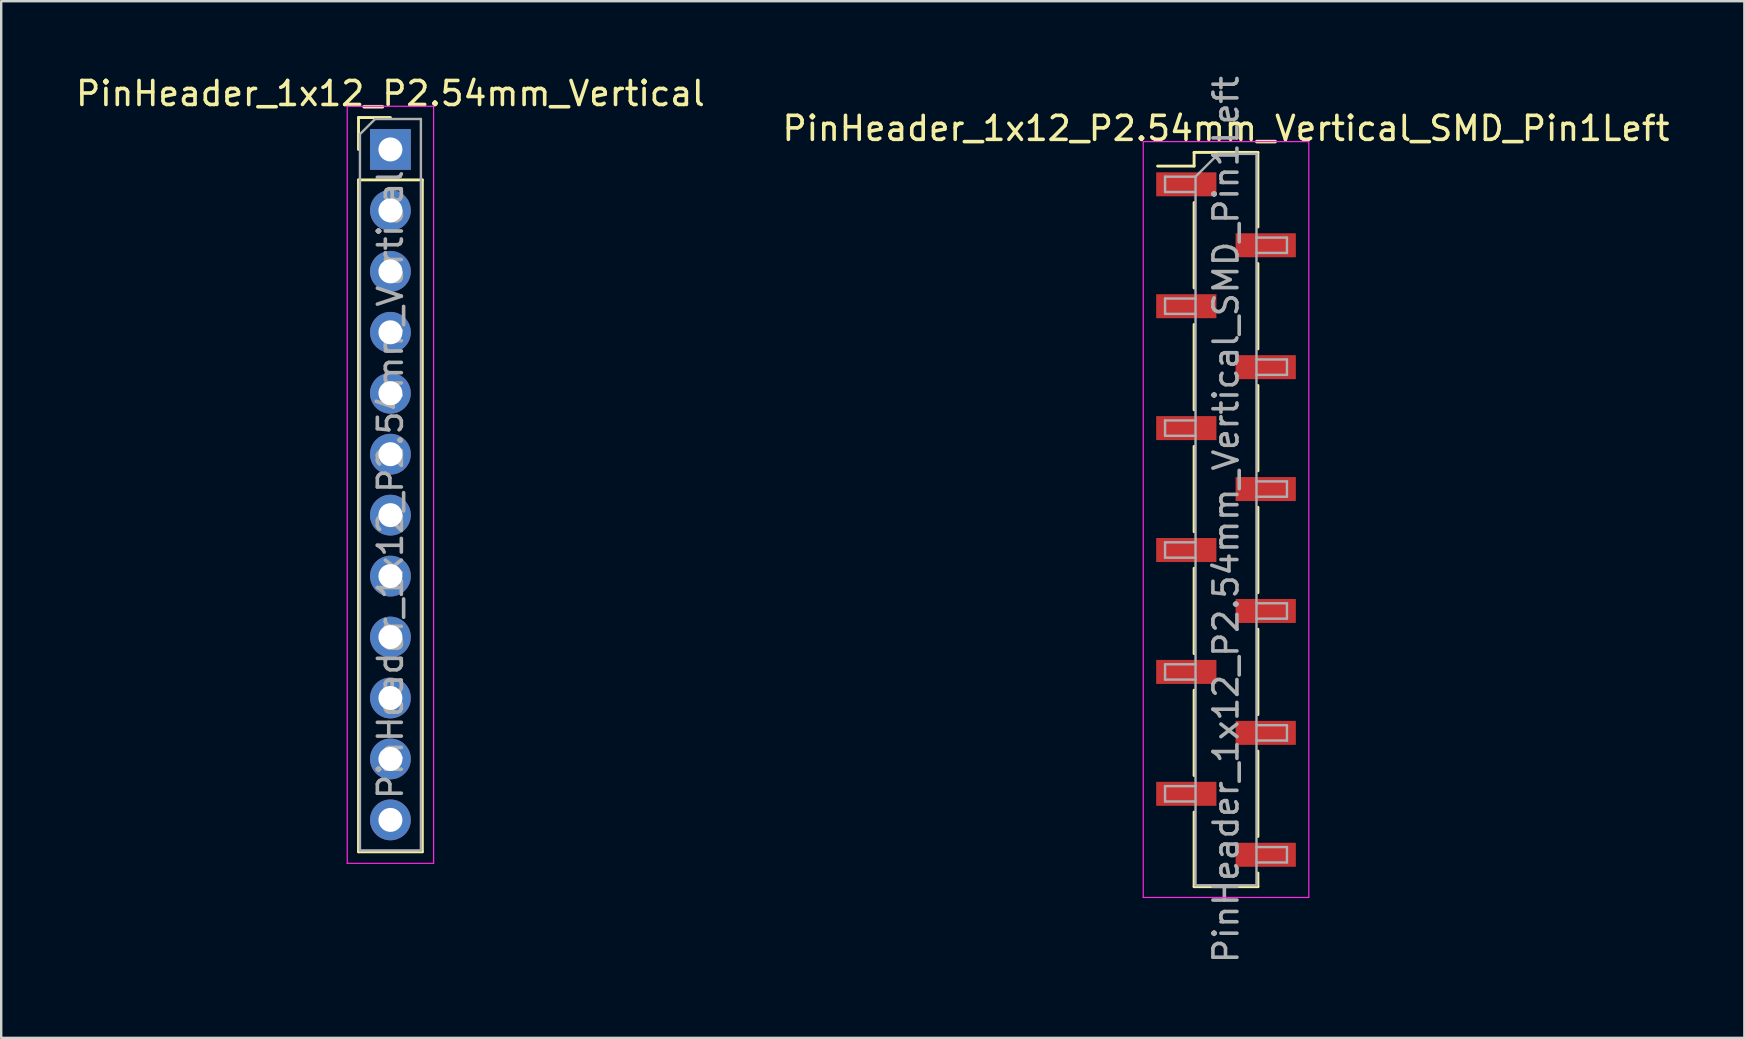
<source format=kicad_pcb>
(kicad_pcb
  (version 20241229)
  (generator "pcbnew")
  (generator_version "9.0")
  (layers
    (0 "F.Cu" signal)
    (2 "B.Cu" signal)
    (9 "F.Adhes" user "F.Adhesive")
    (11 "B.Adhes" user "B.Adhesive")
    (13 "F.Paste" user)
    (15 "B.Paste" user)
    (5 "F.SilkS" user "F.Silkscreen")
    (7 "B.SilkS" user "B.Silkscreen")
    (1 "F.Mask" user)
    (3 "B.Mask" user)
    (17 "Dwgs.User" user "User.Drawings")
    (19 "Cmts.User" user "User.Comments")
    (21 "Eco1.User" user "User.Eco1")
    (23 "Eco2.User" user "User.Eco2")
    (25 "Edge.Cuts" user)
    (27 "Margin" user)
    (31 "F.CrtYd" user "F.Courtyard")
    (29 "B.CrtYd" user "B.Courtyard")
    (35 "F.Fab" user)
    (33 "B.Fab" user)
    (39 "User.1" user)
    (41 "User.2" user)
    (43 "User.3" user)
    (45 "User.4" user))
  (footprint "PinHeader_1x12_P2.54mm_Vertical"
    (layer "F.Cu")
    (at 13.22 3.178)
    (property "Reference" "PinHeader_1x12_P2.54mm_Vertical" (at 0 -2.33 0) (layer "F.SilkS") (effects (font (size 1 1) (thickness 0.15))))
    (attr through_hole)
    (fp_line (start -1.33 -1.33) (end 0 -1.33) (stroke (width 0.12) (type solid)) (layer "F.SilkS"))
    (fp_line (start -1.33 0) (end -1.33 -1.33) (stroke (width 0.12) (type solid)) (layer "F.SilkS"))
    (fp_line (start -1.33 1.27) (end -1.33 29.27) (stroke (width 0.12) (type solid)) (layer "F.SilkS"))
    (fp_line (start -1.33 1.27) (end 1.33 1.27) (stroke (width 0.12) (type solid)) (layer "F.SilkS"))
    (fp_line (start -1.33 29.27) (end 1.33 29.27) (stroke (width 0.12) (type solid)) (layer "F.SilkS"))
    (fp_line (start 1.33 1.27) (end 1.33 29.27) (stroke (width 0.12) (type solid)) (layer "F.SilkS"))
    (fp_line (start -1.8 -1.8) (end -1.8 29.75) (stroke (width 0.05) (type solid)) (layer "F.CrtYd"))
    (fp_line (start -1.8 29.75) (end 1.8 29.75) (stroke (width 0.05) (type solid)) (layer "F.CrtYd"))
    (fp_line (start 1.8 -1.8) (end -1.8 -1.8) (stroke (width 0.05) (type solid)) (layer "F.CrtYd"))
    (fp_line (start 1.8 29.75) (end 1.8 -1.8) (stroke (width 0.05) (type solid)) (layer "F.CrtYd"))
    (fp_line (start -1.27 -0.635) (end -0.635 -1.27) (stroke (width 0.1) (type solid)) (layer "F.Fab"))
    (fp_line (start -1.27 29.21) (end -1.27 -0.635) (stroke (width 0.1) (type solid)) (layer "F.Fab"))
    (fp_line (start -0.635 -1.27) (end 1.27 -1.27) (stroke (width 0.1) (type solid)) (layer "F.Fab"))
    (fp_line (start 1.27 -1.27) (end 1.27 29.21) (stroke (width 0.1) (type solid)) (layer "F.Fab"))
    (fp_line (start 1.27 29.21) (end -1.27 29.21) (stroke (width 0.1) (type solid)) (layer "F.Fab"))
    (fp_text user "${REFERENCE}" (at 0 13.97 90) (layer "F.Fab") (effects (font (size 1 1) (thickness 0.15))))
    (pad "1" thru_hole rect (at 0 0) (size 1.7 1.7) (drill 1) (layers "*.Cu" "*.Mask"))
    (pad "2" thru_hole oval (at 0 2.54) (size 1.7 1.7) (drill 1) (layers "*.Cu" "*.Mask"))
    (pad "3" thru_hole oval (at 0 5.08) (size 1.7 1.7) (drill 1) (layers "*.Cu" "*.Mask"))
    (pad "4" thru_hole oval (at 0 7.62) (size 1.7 1.7) (drill 1) (layers "*.Cu" "*.Mask"))
    (pad "5" thru_hole oval (at 0 10.16) (size 1.7 1.7) (drill 1) (layers "*.Cu" "*.Mask"))
    (pad "6" thru_hole oval (at 0 12.7) (size 1.7 1.7) (drill 1) (layers "*.Cu" "*.Mask"))
    (pad "7" thru_hole oval (at 0 15.24) (size 1.7 1.7) (drill 1) (layers "*.Cu" "*.Mask"))
    (pad "8" thru_hole oval (at 0 17.78) (size 1.7 1.7) (drill 1) (layers "*.Cu" "*.Mask"))
    (pad "9" thru_hole oval (at 0 20.32) (size 1.7 1.7) (drill 1) (layers "*.Cu" "*.Mask"))
    (pad "10" thru_hole oval (at 0 22.86) (size 1.7 1.7) (drill 1) (layers "*.Cu" "*.Mask"))
    (pad "11" thru_hole oval (at 0 25.4) (size 1.7 1.7) (drill 1) (layers "*.Cu" "*.Mask"))
    (pad "12" thru_hole oval (at 0 27.94) (size 1.7 1.7) (drill 1) (layers "*.Cu" "*.Mask")))
  (footprint "PinHeader_1x12_P2.54mm_Vertical_SMD_Pin1Left"
    (layer "F.Cu")
    (at 48.042 18.601)
    (property "Reference" "PinHeader_1x12_P2.54mm_Vertical_SMD_Pin1Left" (at 0 -16.3 0) (layer "F.SilkS") (effects (font (size 1 1) (thickness 0.15))))
    (attr smd)
    (fp_line (start -1.33 -15.3) (end -1.33 -14.73) (stroke (width 0.12) (type solid)) (layer "F.SilkS"))
    (fp_line (start -1.33 -15.3) (end 1.33 -15.3) (stroke (width 0.12) (type solid)) (layer "F.SilkS"))
    (fp_line (start -1.33 -14.73) (end -2.85 -14.73) (stroke (width 0.12) (type solid)) (layer "F.SilkS"))
    (fp_line (start -1.33 -13.21) (end -1.33 -9.65) (stroke (width 0.12) (type solid)) (layer "F.SilkS"))
    (fp_line (start -1.33 -8.13) (end -1.33 -4.57) (stroke (width 0.12) (type solid)) (layer "F.SilkS"))
    (fp_line (start -1.33 -3.05) (end -1.33 0.51) (stroke (width 0.12) (type solid)) (layer "F.SilkS"))
    (fp_line (start -1.33 2.03) (end -1.33 5.59) (stroke (width 0.12) (type solid)) (layer "F.SilkS"))
    (fp_line (start -1.33 7.11) (end -1.33 10.67) (stroke (width 0.12) (type solid)) (layer "F.SilkS"))
    (fp_line (start -1.33 12.19) (end -1.33 15.3) (stroke (width 0.12) (type solid)) (layer "F.SilkS"))
    (fp_line (start -1.33 15.3) (end 1.33 15.3) (stroke (width 0.12) (type solid)) (layer "F.SilkS"))
    (fp_line (start 1.33 -15.3) (end 1.33 -12.19) (stroke (width 0.12) (type solid)) (layer "F.SilkS"))
    (fp_line (start 1.33 -10.67) (end 1.33 -7.11) (stroke (width 0.12) (type solid)) (layer "F.SilkS"))
    (fp_line (start 1.33 -5.59) (end 1.33 -2.03) (stroke (width 0.12) (type solid)) (layer "F.SilkS"))
    (fp_line (start 1.33 -0.51) (end 1.33 3.05) (stroke (width 0.12) (type solid)) (layer "F.SilkS"))
    (fp_line (start 1.33 4.57) (end 1.33 8.13) (stroke (width 0.12) (type solid)) (layer "F.SilkS"))
    (fp_line (start 1.33 9.65) (end 1.33 13.21) (stroke (width 0.12) (type solid)) (layer "F.SilkS"))
    (fp_line (start 1.33 14.73) (end 1.33 15.3) (stroke (width 0.12) (type solid)) (layer "F.SilkS"))
    (fp_line (start -3.45 -15.75) (end -3.45 15.75) (stroke (width 0.05) (type solid)) (layer "F.CrtYd"))
    (fp_line (start -3.45 15.75) (end 3.45 15.75) (stroke (width 0.05) (type solid)) (layer "F.CrtYd"))
    (fp_line (start 3.45 -15.75) (end -3.45 -15.75) (stroke (width 0.05) (type solid)) (layer "F.CrtYd"))
    (fp_line (start 3.45 15.75) (end 3.45 -15.75) (stroke (width 0.05) (type solid)) (layer "F.CrtYd"))
    (fp_line (start -2.54 -14.29) (end -2.54 -13.65) (stroke (width 0.1) (type solid)) (layer "F.Fab"))
    (fp_line (start -2.54 -13.65) (end -1.27 -13.65) (stroke (width 0.1) (type solid)) (layer "F.Fab"))
    (fp_line (start -2.54 -9.21) (end -2.54 -8.57) (stroke (width 0.1) (type solid)) (layer "F.Fab"))
    (fp_line (start -2.54 -8.57) (end -1.27 -8.57) (stroke (width 0.1) (type solid)) (layer "F.Fab"))
    (fp_line (start -2.54 -4.13) (end -2.54 -3.49) (stroke (width 0.1) (type solid)) (layer "F.Fab"))
    (fp_line (start -2.54 -3.49) (end -1.27 -3.49) (stroke (width 0.1) (type solid)) (layer "F.Fab"))
    (fp_line (start -2.54 0.95) (end -2.54 1.59) (stroke (width 0.1) (type solid)) (layer "F.Fab"))
    (fp_line (start -2.54 1.59) (end -1.27 1.59) (stroke (width 0.1) (type solid)) (layer "F.Fab"))
    (fp_line (start -2.54 6.03) (end -2.54 6.67) (stroke (width 0.1) (type solid)) (layer "F.Fab"))
    (fp_line (start -2.54 6.67) (end -1.27 6.67) (stroke (width 0.1) (type solid)) (layer "F.Fab"))
    (fp_line (start -2.54 11.11) (end -2.54 11.75) (stroke (width 0.1) (type solid)) (layer "F.Fab"))
    (fp_line (start -2.54 11.75) (end -1.27 11.75) (stroke (width 0.1) (type solid)) (layer "F.Fab"))
    (fp_line (start -1.27 -14.29) (end -2.54 -14.29) (stroke (width 0.1) (type solid)) (layer "F.Fab"))
    (fp_line (start -1.27 -14.29) (end -0.32 -15.24) (stroke (width 0.1) (type solid)) (layer "F.Fab"))
    (fp_line (start -1.27 -9.21) (end -2.54 -9.21) (stroke (width 0.1) (type solid)) (layer "F.Fab"))
    (fp_line (start -1.27 -4.13) (end -2.54 -4.13) (stroke (width 0.1) (type solid)) (layer "F.Fab"))
    (fp_line (start -1.27 0.95) (end -2.54 0.95) (stroke (width 0.1) (type solid)) (layer "F.Fab"))
    (fp_line (start -1.27 6.03) (end -2.54 6.03) (stroke (width 0.1) (type solid)) (layer "F.Fab"))
    (fp_line (start -1.27 11.11) (end -2.54 11.11) (stroke (width 0.1) (type solid)) (layer "F.Fab"))
    (fp_line (start -1.27 15.24) (end -1.27 -14.29) (stroke (width 0.1) (type solid)) (layer "F.Fab"))
    (fp_line (start -0.32 -15.24) (end 1.27 -15.24) (stroke (width 0.1) (type solid)) (layer "F.Fab"))
    (fp_line (start 1.27 -15.24) (end 1.27 15.24) (stroke (width 0.1) (type solid)) (layer "F.Fab"))
    (fp_line (start 1.27 -11.75) (end 2.54 -11.75) (stroke (width 0.1) (type solid)) (layer "F.Fab"))
    (fp_line (start 1.27 -6.67) (end 2.54 -6.67) (stroke (width 0.1) (type solid)) (layer "F.Fab"))
    (fp_line (start 1.27 -1.59) (end 2.54 -1.59) (stroke (width 0.1) (type solid)) (layer "F.Fab"))
    (fp_line (start 1.27 3.49) (end 2.54 3.49) (stroke (width 0.1) (type solid)) (layer "F.Fab"))
    (fp_line (start 1.27 8.57) (end 2.54 8.57) (stroke (width 0.1) (type solid)) (layer "F.Fab"))
    (fp_line (start 1.27 13.65) (end 2.54 13.65) (stroke (width 0.1) (type solid)) (layer "F.Fab"))
    (fp_line (start 1.27 15.24) (end -1.27 15.24) (stroke (width 0.1) (type solid)) (layer "F.Fab"))
    (fp_line (start 2.54 -11.75) (end 2.54 -11.11) (stroke (width 0.1) (type solid)) (layer "F.Fab"))
    (fp_line (start 2.54 -11.11) (end 1.27 -11.11) (stroke (width 0.1) (type solid)) (layer "F.Fab"))
    (fp_line (start 2.54 -6.67) (end 2.54 -6.03) (stroke (width 0.1) (type solid)) (layer "F.Fab"))
    (fp_line (start 2.54 -6.03) (end 1.27 -6.03) (stroke (width 0.1) (type solid)) (layer "F.Fab"))
    (fp_line (start 2.54 -1.59) (end 2.54 -0.95) (stroke (width 0.1) (type solid)) (layer "F.Fab"))
    (fp_line (start 2.54 -0.95) (end 1.27 -0.95) (stroke (width 0.1) (type solid)) (layer "F.Fab"))
    (fp_line (start 2.54 3.49) (end 2.54 4.13) (stroke (width 0.1) (type solid)) (layer "F.Fab"))
    (fp_line (start 2.54 4.13) (end 1.27 4.13) (stroke (width 0.1) (type solid)) (layer "F.Fab"))
    (fp_line (start 2.54 8.57) (end 2.54 9.21) (stroke (width 0.1) (type solid)) (layer "F.Fab"))
    (fp_line (start 2.54 9.21) (end 1.27 9.21) (stroke (width 0.1) (type solid)) (layer "F.Fab"))
    (fp_line (start 2.54 13.65) (end 2.54 14.29) (stroke (width 0.1) (type solid)) (layer "F.Fab"))
    (fp_line (start 2.54 14.29) (end 1.27 14.29) (stroke (width 0.1) (type solid)) (layer "F.Fab"))
    (fp_text user "${REFERENCE}" (at 0 0 90) (layer "F.Fab") (effects (font (size 1 1) (thickness 0.15))))
    (pad "1" smd rect (at -1.655 -13.97) (size 2.51 1) (layers "F.Cu" "F.Mask" "F.Paste"))
    (pad "2" smd rect (at 1.655 -11.43) (size 2.51 1) (layers "F.Cu" "F.Mask" "F.Paste"))
    (pad "3" smd rect (at -1.655 -8.89) (size 2.51 1) (layers "F.Cu" "F.Mask" "F.Paste"))
    (pad "4" smd rect (at 1.655 -6.35) (size 2.51 1) (layers "F.Cu" "F.Mask" "F.Paste"))
    (pad "5" smd rect (at -1.655 -3.81) (size 2.51 1) (layers "F.Cu" "F.Mask" "F.Paste"))
    (pad "6" smd rect (at 1.655 -1.27) (size 2.51 1) (layers "F.Cu" "F.Mask" "F.Paste"))
    (pad "7" smd rect (at -1.655 1.27) (size 2.51 1) (layers "F.Cu" "F.Mask" "F.Paste"))
    (pad "8" smd rect (at 1.655 3.81) (size 2.51 1) (layers "F.Cu" "F.Mask" "F.Paste"))
    (pad "9" smd rect (at -1.655 6.35) (size 2.51 1) (layers "F.Cu" "F.Mask" "F.Paste"))
    (pad "10" smd rect (at 1.655 8.89) (size 2.51 1) (layers "F.Cu" "F.Mask" "F.Paste"))
    (pad "11" smd rect (at -1.655 11.43) (size 2.51 1) (layers "F.Cu" "F.Mask" "F.Paste"))
    (pad "12" smd rect (at 1.655 13.97) (size 2.51 1) (layers "F.Cu" "F.Mask" "F.Paste")))
  (gr_rect
    (start -3 -3)
    (end 69.643 40.202)
    (stroke (width 0.1) (type default))
    (fill no)
    (layer "Edge.Cuts")))
</source>
